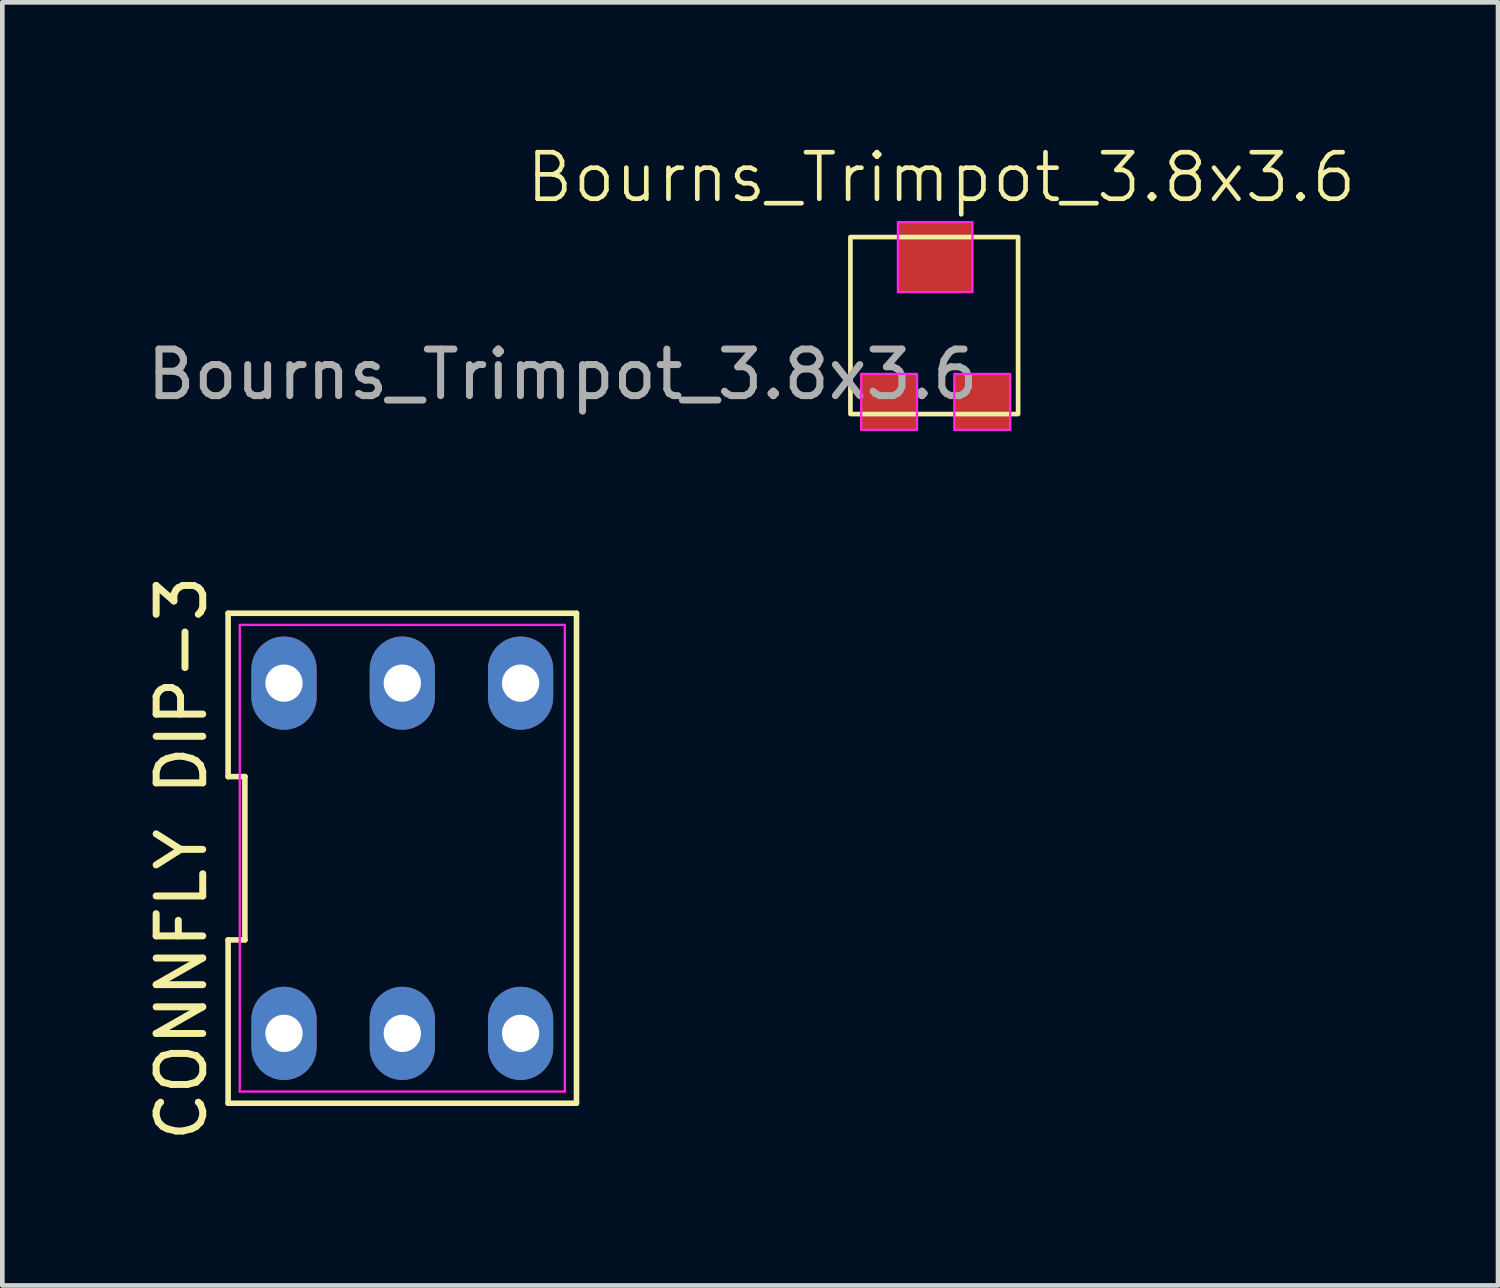
<source format=kicad_pcb>
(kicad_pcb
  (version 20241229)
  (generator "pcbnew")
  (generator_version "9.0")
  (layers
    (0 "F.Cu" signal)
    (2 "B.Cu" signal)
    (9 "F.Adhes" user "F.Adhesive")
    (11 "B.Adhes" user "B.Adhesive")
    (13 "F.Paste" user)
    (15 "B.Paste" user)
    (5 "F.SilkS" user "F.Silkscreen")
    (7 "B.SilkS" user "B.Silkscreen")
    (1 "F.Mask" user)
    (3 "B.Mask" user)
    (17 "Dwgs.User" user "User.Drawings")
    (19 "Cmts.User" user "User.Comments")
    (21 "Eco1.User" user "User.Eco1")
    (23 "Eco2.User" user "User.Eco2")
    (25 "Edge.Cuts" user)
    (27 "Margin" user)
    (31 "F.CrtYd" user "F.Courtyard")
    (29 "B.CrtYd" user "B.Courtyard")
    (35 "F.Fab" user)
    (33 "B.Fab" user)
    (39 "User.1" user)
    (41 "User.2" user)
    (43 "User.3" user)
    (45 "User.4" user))
  (footprint "CONNFLY DIP-3"
    (layer "F.Cu")
    (at 5.588 15.378)
    (property "Reference" "CONNFLY DIP-3" (at -4.74 0 90) (layer "F.SilkS") (effects (font (size 1 1) (thickness 0.15))))
    (attr through_hole)
    (fp_line (start -3.74 -1.753) (end -3.38 -1.753) (stroke (width 0.12) (type default)) (layer "F.SilkS"))
    (fp_line (start -3.74 1.753) (end -3.74 5.26) (stroke (width 0.12) (type default)) (layer "F.SilkS"))
    (fp_line (start -3.74 5.26) (end 3.74 5.26) (stroke (width 0.12) (type default)) (layer "F.SilkS"))
    (fp_line (start -3.74 -5.26) (end -3.74 -1.753) (stroke (width 0.12) (type default)) (layer "F.SilkS"))
    (fp_line (start -3.38 -1.753) (end -3.38 1.753) (stroke (width 0.12) (type default)) (layer "F.SilkS"))
    (fp_line (start -3.38 1.753) (end -3.74 1.753) (stroke (width 0.12) (type default)) (layer "F.SilkS"))
    (fp_line (start 3.74 5.26) (end 3.74 -5.26) (stroke (width 0.12) (type default)) (layer "F.SilkS"))
    (fp_line (start 3.74 -5.26) (end -3.74 -5.26) (stroke (width 0.12) (type default)) (layer "F.SilkS"))
    (fp_line (start -3.49 -5.01) (end 3.49 -5.01) (stroke (width 0.05) (type default)) (layer "F.CrtYd"))
    (fp_line (start -3.49 5.01) (end -3.49 -5.01) (stroke (width 0.05) (type default)) (layer "F.CrtYd"))
    (fp_line (start 3.49 -5.01) (end 3.49 5.01) (stroke (width 0.05) (type default)) (layer "F.CrtYd"))
    (fp_line (start 3.49 5.01) (end -3.49 5.01) (stroke (width 0.05) (type default)) (layer "F.CrtYd"))
    (pad "1" thru_hole oval (at -2.54 3.76) (size 1.4 2) (drill 0.8) (layers "*.Cu" "*.Mask"))
    (pad "2" thru_hole oval (at 0 3.76) (size 1.4 2) (drill 0.8) (layers "*.Cu" "*.Mask"))
    (pad "3" thru_hole oval (at 2.54 3.76) (size 1.4 2) (drill 0.8) (layers "*.Cu" "*.Mask"))
    (pad "4" thru_hole oval (at 2.54 -3.76) (size 1.4 2) (drill 0.8) (layers "*.Cu" "*.Mask"))
    (pad "5" thru_hole oval (at 0 -3.76) (size 1.4 2) (drill 0.8) (layers "*.Cu" "*.Mask"))
    (pad "6" thru_hole oval (at -2.54 -3.76) (size 1.4 2) (drill 0.8) (layers "*.Cu" "*.Mask")))
  (footprint "Bourns_Trimpot_3.8x3.6"
    (layer "F.Cu")
    (at 17.03 4.49)
    (property "Reference" "Bourns_Trimpot_3.8x3.6" (at 0.13 -3.73 0) (unlocked yes) (layer "F.SilkS") (effects (font (size 1 1) (thickness 0.1))))
    (attr smd)
    (fp_rect (start -1.82 -2.45) (end 1.78 1.35) (stroke (width 0.1) (type default)) (fill no) (layer "F.SilkS"))
    (fp_rect (start -1.59 0.49) (end -0.39 1.69) (stroke (width 0.05) (type default)) (fill no) (layer "F.CrtYd"))
    (fp_rect (start -0.8 -2.77) (end 0.8 -1.27) (stroke (width 0.05) (type default)) (fill no) (layer "F.CrtYd"))
    (fp_rect (start 0.41 0.49) (end 1.61 1.69) (stroke (width 0.05) (type default)) (fill no) (layer "F.CrtYd"))
    (fp_text user "${REFERENCE}" (at -8 0.5 0) (unlocked yes) (layer "F.Fab") (effects (font (size 1 1) (thickness 0.15))))
    (pad "1" smd rect (at -1 1.08) (size 1.2 1.2) (layers "F.Cu" "F.Mask" "F.Paste"))
    (pad "2" smd rect (at 0 -2.02) (size 1.6 1.5) (layers "F.Cu" "F.Mask" "F.Paste"))
    (pad "3" smd rect (at 1.01 1.08) (size 1.2 1.2) (layers "F.Cu" "F.Mask" "F.Paste")))
  (gr_rect
    (start -3 -3)
    (end 29.115 24.551)
    (stroke (width 0.1) (type default))
    (fill no)
    (layer "Edge.Cuts")))
</source>
